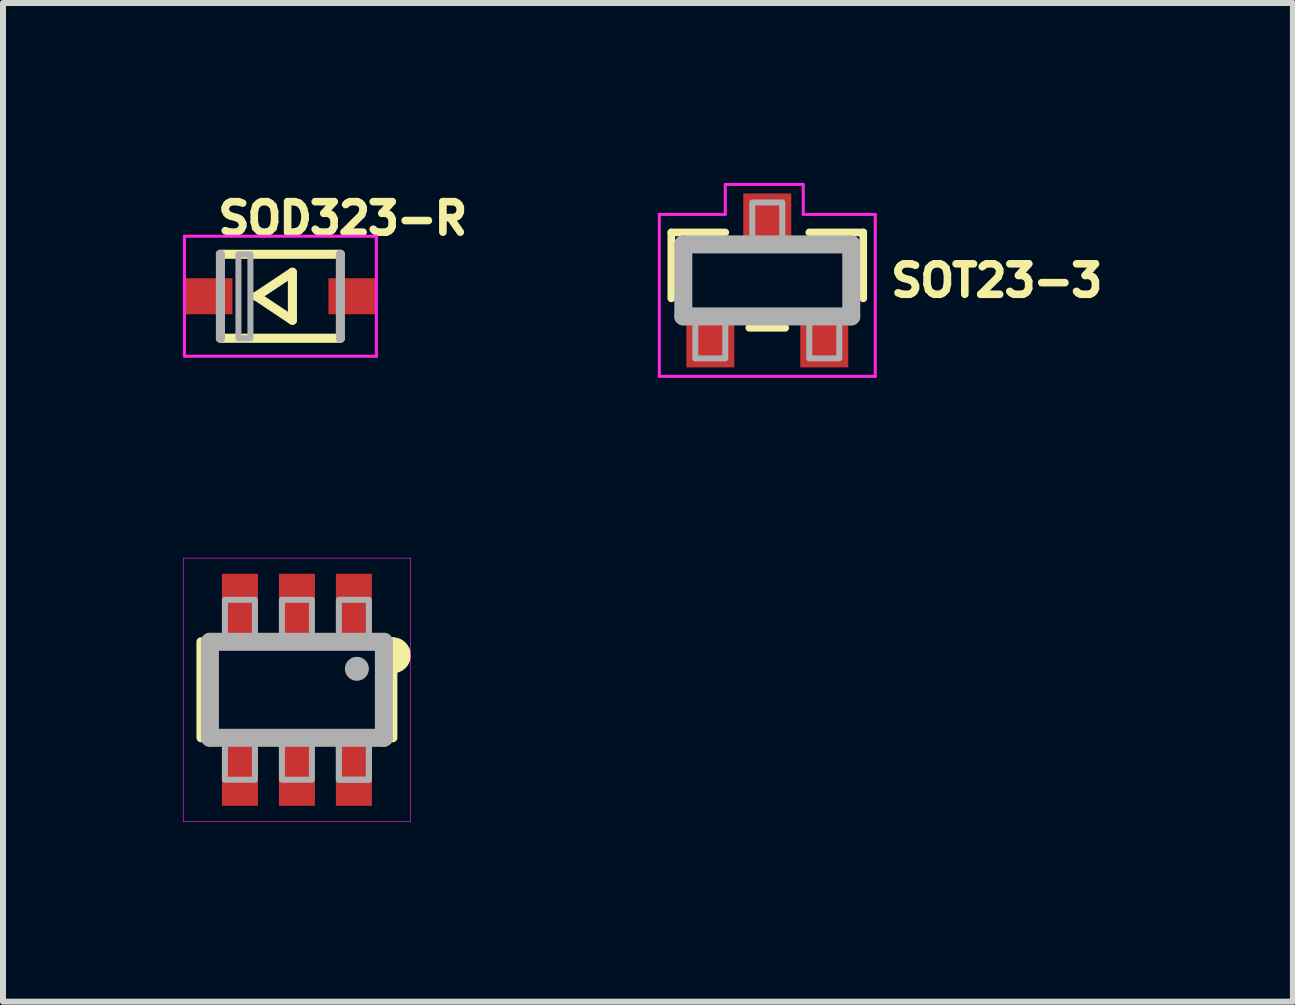
<source format=kicad_pcb>
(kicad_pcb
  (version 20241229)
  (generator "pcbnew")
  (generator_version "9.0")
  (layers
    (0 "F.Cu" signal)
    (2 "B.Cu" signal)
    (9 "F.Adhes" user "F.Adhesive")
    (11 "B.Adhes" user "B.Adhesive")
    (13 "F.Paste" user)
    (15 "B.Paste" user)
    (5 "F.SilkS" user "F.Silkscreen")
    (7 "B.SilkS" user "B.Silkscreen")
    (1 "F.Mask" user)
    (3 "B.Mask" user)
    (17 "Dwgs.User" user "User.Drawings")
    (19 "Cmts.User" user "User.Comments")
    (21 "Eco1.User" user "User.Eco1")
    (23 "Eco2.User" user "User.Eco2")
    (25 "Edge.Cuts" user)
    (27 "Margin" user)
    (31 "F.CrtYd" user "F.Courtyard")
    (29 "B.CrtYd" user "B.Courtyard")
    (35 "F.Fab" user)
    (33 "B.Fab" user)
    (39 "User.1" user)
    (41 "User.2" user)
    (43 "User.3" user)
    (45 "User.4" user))
  (footprint "SOT23-6"
    (layer "F.Cu")
    (at 1.9 8.45)
    (property "Reference" "SOT23-6" (at 0 0 0) (layer "F.Mask") (effects (font (size 0.46 0.46) (thickness 0.04))))
    (fp_line (start -1.45 -0.8) (end 1.45 -0.8) (stroke (width 0.1) (type solid)) (layer "F.Mask"))
    (fp_line (start -1.45 0.8) (end -1.45 -0.8) (stroke (width 0.1) (type solid)) (layer "F.Mask"))
    (fp_line (start 1.45 -0.8) (end 1.45 0.8) (stroke (width 0.1) (type solid)) (layer "F.Mask"))
    (fp_line (start 1.45 0.8) (end -1.45 0.8) (stroke (width 0.1) (type solid)) (layer "F.Mask"))
    (fp_line (start 1.6 -0.6) (end 1.8 -0.4) (stroke (width 0.1) (type solid)) (layer "F.Mask"))
    (fp_line (start 1.8 -0.8) (end 1.6 -0.6) (stroke (width 0.1) (type solid)) (layer "F.Mask"))
    (fp_line (start 1.8 -0.4) (end 1.8 -0.8) (stroke (width 0.1) (type solid)) (layer "F.Mask"))
    (fp_poly (pts (xy -1.32 -0.755) (xy -0.58 -0.755) (xy -0.58 -1.945) (xy -1.32 -1.945)) (stroke (width 0) (type solid)) (fill yes) (layer "F.Mask"))
    (fp_poly (pts (xy -1.32 1.945) (xy -0.58 1.945) (xy -0.58 0.755) (xy -1.32 0.755)) (stroke (width 0) (type solid)) (fill yes) (layer "F.Mask"))
    (fp_poly (pts (xy -1.2 -0.8) (xy -0.7 -0.8) (xy -0.7 -1.5) (xy -1.2 -1.5)) (stroke (width 0) (type solid)) (fill yes) (layer "F.Mask"))
    (fp_poly (pts (xy -1.2 1.5) (xy -0.7 1.5) (xy -0.7 0.8) (xy -1.2 0.8)) (stroke (width 0) (type solid)) (fill yes) (layer "F.Mask"))
    (fp_poly (pts (xy -0.37 -0.755) (xy 0.37 -0.755) (xy 0.37 -1.945) (xy -0.37 -1.945)) (stroke (width 0) (type solid)) (fill yes) (layer "F.Mask"))
    (fp_poly (pts (xy -0.37 1.945) (xy 0.37 1.945) (xy 0.37 0.755) (xy -0.37 0.755)) (stroke (width 0) (type solid)) (fill yes) (layer "F.Mask"))
    (fp_poly (pts (xy -0.25 -0.8) (xy 0.25 -0.8) (xy 0.25 -1.5) (xy -0.25 -1.5)) (stroke (width 0) (type solid)) (fill yes) (layer "F.Mask"))
    (fp_poly (pts (xy -0.25 1.5) (xy 0.25 1.5) (xy 0.25 0.8) (xy -0.25 0.8)) (stroke (width 0) (type solid)) (fill yes) (layer "F.Mask"))
    (fp_poly (pts (xy 0.58 -0.755) (xy 1.32 -0.755) (xy 1.32 -1.945) (xy 0.58 -1.945)) (stroke (width 0) (type solid)) (fill yes) (layer "F.Mask"))
    (fp_poly (pts (xy 0.58 1.945) (xy 1.32 1.945) (xy 1.32 0.755) (xy 0.58 0.755)) (stroke (width 0) (type solid)) (fill yes) (layer "F.Mask"))
    (fp_poly (pts (xy 0.7 -0.8) (xy 1.2 -0.8) (xy 1.2 -1.5) (xy 0.7 -1.5)) (stroke (width 0) (type solid)) (fill yes) (layer "F.Mask"))
    (fp_poly (pts (xy 0.7 1.5) (xy 1.2 1.5) (xy 1.2 0.8) (xy 0.7 0.8)) (stroke (width 0) (type solid)) (fill yes) (layer "F.Mask"))
    (fp_line (start -1.6 0.8) (end -1.6 -0.8) (stroke (width 0.15) (type solid)) (layer "F.SilkS"))
    (fp_line (start 1.6 -0.8) (end 1.6 -0.725) (stroke (width 0.15) (type solid)) (layer "F.SilkS"))
    (fp_line (start 1.6 -0.725) (end 1.6 -0.425) (stroke (width 0.15) (type solid)) (layer "F.SilkS"))
    (fp_line (start 1.6 -0.425) (end 1.6 0.8) (stroke (width 0.15) (type solid)) (layer "F.SilkS"))
    (fp_arc (start 1.6 -0.725) (mid 1.75 -0.575) (end 1.6 -0.425) (stroke (width 0.3) (type solid)) (layer "F.SilkS"))
    (fp_poly (pts (xy -1.225 -0.85) (xy -0.675 -0.85) (xy -0.675 -1.85) (xy -1.225 -1.85)) (stroke (width 0) (type solid)) (fill yes) (layer "F.Paste"))
    (fp_poly (pts (xy -1.225 1.85) (xy -0.675 1.85) (xy -0.675 0.85) (xy -1.225 0.85)) (stroke (width 0) (type solid)) (fill yes) (layer "F.Paste"))
    (fp_poly (pts (xy -0.275 -0.85) (xy 0.275 -0.85) (xy 0.275 -1.85) (xy -0.275 -1.85)) (stroke (width 0) (type solid)) (fill yes) (layer "F.Paste"))
    (fp_poly (pts (xy -0.275 1.85) (xy 0.275 1.85) (xy 0.275 0.85) (xy -0.275 0.85)) (stroke (width 0) (type solid)) (fill yes) (layer "F.Paste"))
    (fp_poly (pts (xy 0.675 -0.85) (xy 1.225 -0.85) (xy 1.225 -1.85) (xy 0.675 -1.85)) (stroke (width 0) (type solid)) (fill yes) (layer "F.Paste"))
    (fp_poly (pts (xy 0.675 1.85) (xy 1.225 1.85) (xy 1.225 0.85) (xy 0.675 0.85)) (stroke (width 0) (type solid)) (fill yes) (layer "F.Paste"))
    (fp_line (start -1.895 -2.195) (end -1.895 2.195) (stroke (width 0.01) (type solid)) (layer "F.CrtYd"))
    (fp_line (start -1.895 2.195) (end 1.895 2.195) (stroke (width 0.01) (type solid)) (layer "F.CrtYd"))
    (fp_line (start 1.895 -2.195) (end -1.895 -2.195) (stroke (width 0.01) (type solid)) (layer "F.CrtYd"))
    (fp_line (start 1.895 2.195) (end 1.895 -2.195) (stroke (width 0.01) (type solid)) (layer "F.CrtYd"))
    (fp_line (start -1.45 -0.8) (end 1.45 -0.8) (stroke (width 0.3) (type solid)) (layer "F.Fab"))
    (fp_line (start -1.45 0.8) (end -1.45 -0.8) (stroke (width 0.3) (type solid)) (layer "F.Fab"))
    (fp_line (start 1.45 -0.8) (end 1.45 0.8) (stroke (width 0.3) (type solid)) (layer "F.Fab"))
    (fp_line (start 1.45 0.8) (end -1.45 0.8) (stroke (width 0.3) (type solid)) (layer "F.Fab"))
    (fp_circle (center 1 -0.35) (end 1.1 -0.35) (stroke (width 0.2) (type solid)) (fill no) (layer "F.Fab"))
    (fp_poly (pts (xy -1.2 -0.8) (xy -0.7 -0.8) (xy -0.7 -1.5) (xy -1.2 -1.5)) (stroke (width 0.1) (type solid)) (fill no) (layer "F.Fab"))
    (fp_poly (pts (xy -1.2 1.5) (xy -0.7 1.5) (xy -0.7 0.8) (xy -1.2 0.8)) (stroke (width 0.1) (type solid)) (fill no) (layer "F.Fab"))
    (fp_poly (pts (xy -0.25 -0.8) (xy 0.25 -0.8) (xy 0.25 -1.5) (xy -0.25 -1.5)) (stroke (width 0.1) (type solid)) (fill no) (layer "F.Fab"))
    (fp_poly (pts (xy -0.25 1.5) (xy 0.25 1.5) (xy 0.25 0.8) (xy -0.25 0.8)) (stroke (width 0.1) (type solid)) (fill no) (layer "F.Fab"))
    (fp_poly (pts (xy 0.7 -0.8) (xy 1.2 -0.8) (xy 1.2 -1.5) (xy 0.7 -1.5)) (stroke (width 0.1) (type solid)) (fill no) (layer "F.Fab"))
    (fp_poly (pts (xy 0.7 1.5) (xy 1.2 1.5) (xy 1.2 0.8) (xy 0.7 0.8)) (stroke (width 0.1) (type solid)) (fill no) (layer "F.Fab"))
    (fp_poly (pts (xy 0.7 1.5) (xy 1.2 1.5) (xy 1.2 0.8) (xy 0.7 0.8)) (stroke (width 0.1) (type solid)) (fill no) (layer "F.Fab"))
    (pad "1" smd rect (at 0.95 -1.31) (size 0.6 1.25) (layers "F.Cu"))
    (pad "2" smd rect (at 0 -1.31) (size 0.6 1.25) (layers "F.Cu"))
    (pad "3" smd rect (at -0.95 -1.31) (size 0.6 1.25) (layers "F.Cu"))
    (pad "4" smd rect (at -0.95 1.31) (size 0.6 1.25) (layers "F.Cu"))
    (pad "5" smd rect (at 0 1.31) (size 0.6 1.25) (layers "F.Cu"))
    (pad "6" smd rect (at 0.95 1.31 180) (size 0.6 1.25) (layers "F.Cu")))
  (footprint "SOD323-R"
    (layer "F.Cu")
    (at 1.625 1.889)
    (property "Reference" "SOD323-R" (at -1.1 -1 0) (layer "F.SilkS") (effects (font (size 0.508 0.508) (thickness 0.127)) (justify left bottom)))
    (fp_line (start -1 -0.7) (end 1 -0.7) (stroke (width 0.152) (type solid)) (layer "F.SilkS"))
    (fp_line (start -0.4 0) (end 0.2 -0.4) (stroke (width 0.152) (type solid)) (layer "F.SilkS"))
    (fp_line (start 0.2 -0.4) (end 0.2 0.4) (stroke (width 0.152) (type solid)) (layer "F.SilkS"))
    (fp_line (start 0.2 0.4) (end -0.4 0) (stroke (width 0.152) (type solid)) (layer "F.SilkS"))
    (fp_line (start 1 0.7) (end -1 0.7) (stroke (width 0.152) (type solid)) (layer "F.SilkS"))
    (fp_line (start -1.6 -1) (end 1.6 -1) (stroke (width 0.05) (type solid)) (layer "F.CrtYd"))
    (fp_line (start -1.6 1) (end -1.6 -1) (stroke (width 0.05) (type solid)) (layer "F.CrtYd"))
    (fp_line (start 1.6 -1) (end 1.6 1) (stroke (width 0.05) (type solid)) (layer "F.CrtYd"))
    (fp_line (start 1.6 1) (end -1.6 1) (stroke (width 0.05) (type solid)) (layer "F.CrtYd"))
    (fp_line (start -1 0.7) (end -1 -0.7) (stroke (width 0.152) (type solid)) (layer "F.Fab"))
    (fp_line (start 1 -0.7) (end 1 0.7) (stroke (width 0.152) (type solid)) (layer "F.Fab"))
    (fp_poly (pts (xy -0.7 0.7) (xy -0.5 0.7) (xy -0.5 -0.7) (xy -0.7 -0.7)) (stroke (width 0.1) (type solid)) (fill no) (layer "F.Fab"))
    (pad "A" smd rect (at 1.2 0) (size 0.8 0.6) (layers "F.Cu" "F.Mask" "F.Paste"))
    (pad "C" smd rect (at -1.2 0) (size 0.8 0.6) (layers "F.Cu" "F.Mask" "F.Paste")))
  (footprint "SOT23-3"
    (layer "F.Cu")
    (at 9.742 1.625)
    (property "Reference" "SOT23-3" (at 2 0.3 0) (layer "F.SilkS") (effects (font (size 0.508 0.508) (thickness 0.127)) (justify left bottom)))
    (fp_poly (pts (xy -1.45 1.545) (xy -0.455 1.545) (xy -0.455 0.455) (xy -1.45 0.455)) (stroke (width 0) (type solid)) (fill yes) (layer "F.Mask"))
    (fp_poly (pts (xy -0.5 -0.455) (xy 0.5 -0.455) (xy 0.5 -1.55) (xy -0.5 -1.55)) (stroke (width 0) (type solid)) (fill yes) (layer "F.Mask"))
    (fp_poly (pts (xy 0.455 1.545) (xy 1.455 1.545) (xy 1.455 0.445) (xy 0.455 0.445)) (stroke (width 0) (type solid)) (fill yes) (layer "F.Mask"))
    (fp_line (start -1.6 -0.8) (end -0.7 -0.8) (stroke (width 0.127) (type solid)) (layer "F.SilkS"))
    (fp_line (start -1.6 0.3) (end -1.6 -0.8) (stroke (width 0.127) (type solid)) (layer "F.SilkS"))
    (fp_line (start -0.3 0.79) (end 0.3 0.79) (stroke (width 0.127) (type solid)) (layer "F.SilkS"))
    (fp_line (start 1.6 -0.8) (end 0.7 -0.8) (stroke (width 0.127) (type solid)) (layer "F.SilkS"))
    (fp_line (start 1.6 0.3) (end 1.6 -0.8) (stroke (width 0.127) (type solid)) (layer "F.SilkS"))
    (fp_line (start -1.8 -1.1) (end -1.8 1.6) (stroke (width 0.05) (type solid)) (layer "F.CrtYd"))
    (fp_line (start -1.8 1.6) (end 1.8 1.6) (stroke (width 0.05) (type solid)) (layer "F.CrtYd"))
    (fp_line (start -0.7 -1.6) (end -0.7 -1.1) (stroke (width 0.05) (type solid)) (layer "F.CrtYd"))
    (fp_line (start -0.7 -1.1) (end -1.8 -1.1) (stroke (width 0.05) (type solid)) (layer "F.CrtYd"))
    (fp_line (start 0.6 -1.6) (end -0.7 -1.6) (stroke (width 0.05) (type solid)) (layer "F.CrtYd"))
    (fp_line (start 0.6 -1.1) (end 0.6 -1.6) (stroke (width 0.05) (type solid)) (layer "F.CrtYd"))
    (fp_line (start 1.8 -1.1) (end 0.6 -1.1) (stroke (width 0.05) (type solid)) (layer "F.CrtYd"))
    (fp_line (start 1.8 1.6) (end 1.8 -1.1) (stroke (width 0.05) (type solid)) (layer "F.CrtYd"))
    (fp_line (start -1.4 -0.6) (end -1.4 0.6) (stroke (width 0.3) (type solid)) (layer "F.Fab"))
    (fp_line (start -1.4 0.6) (end 1.4 0.6) (stroke (width 0.3) (type solid)) (layer "F.Fab"))
    (fp_line (start 1.4 -0.6) (end -1.4 -0.6) (stroke (width 0.3) (type solid)) (layer "F.Fab"))
    (fp_line (start 1.4 0.6) (end 1.4 -0.6) (stroke (width 0.3) (type solid)) (layer "F.Fab"))
    (fp_poly (pts (xy -1.2 1.3) (xy -0.7 1.3) (xy -0.7 0.65) (xy -1.2 0.65)) (stroke (width 0.1) (type solid)) (fill no) (layer "F.Fab"))
    (fp_poly (pts (xy -0.25 -0.65) (xy 0.25 -0.65) (xy 0.25 -1.3) (xy -0.25 -1.3)) (stroke (width 0.1) (type solid)) (fill no) (layer "F.Fab"))
    (fp_poly (pts (xy 0.7 1.3) (xy 1.2 1.3) (xy 1.2 0.65) (xy 0.7 0.65)) (stroke (width 0.1) (type solid)) (fill no) (layer "F.Fab"))
    (pad "1" smd rect (at -0.95 1) (size 0.8 0.9) (layers "F.Cu" "F.Paste"))
    (pad "2" smd rect (at 0.95 1) (size 0.8 0.9) (layers "F.Cu" "F.Paste"))
    (pad "3" smd rect (at 0 -1) (size 0.8 0.9) (layers "F.Cu" "F.Paste")))
  (gr_rect
    (start -3 -3)
    (end 18.505 13.65)
    (stroke (width 0.1) (type default))
    (fill no)
    (layer "Edge.Cuts")))
</source>
